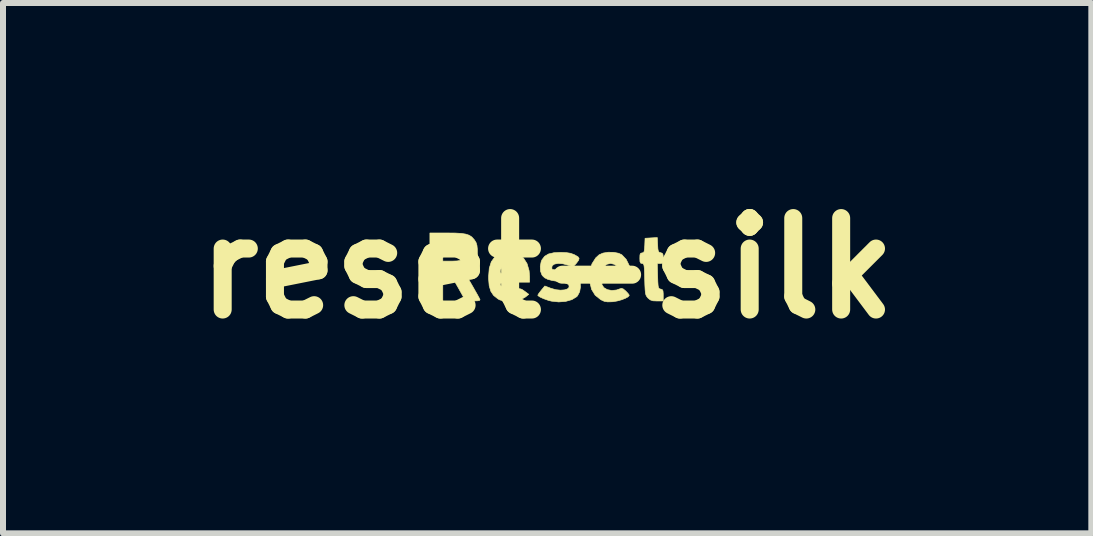
<source format=kicad_pcb>
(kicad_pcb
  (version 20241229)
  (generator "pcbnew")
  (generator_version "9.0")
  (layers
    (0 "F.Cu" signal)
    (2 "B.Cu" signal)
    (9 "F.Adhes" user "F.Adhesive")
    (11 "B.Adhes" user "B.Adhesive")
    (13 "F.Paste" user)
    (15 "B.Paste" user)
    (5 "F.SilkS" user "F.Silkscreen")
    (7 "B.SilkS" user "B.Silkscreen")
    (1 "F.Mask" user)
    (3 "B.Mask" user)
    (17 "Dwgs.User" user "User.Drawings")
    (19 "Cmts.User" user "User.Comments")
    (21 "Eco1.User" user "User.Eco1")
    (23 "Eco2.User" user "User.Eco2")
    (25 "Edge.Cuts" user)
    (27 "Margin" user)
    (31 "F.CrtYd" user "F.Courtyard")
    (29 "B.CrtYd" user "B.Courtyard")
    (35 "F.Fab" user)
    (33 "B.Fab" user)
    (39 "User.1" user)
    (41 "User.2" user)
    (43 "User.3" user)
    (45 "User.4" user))
  (footprint "reset-silk"
    (layer "F.Cu")
    (at 6.067 1.418)
    (property "Reference" "reset-silk" (at 0 0 0) (layer "F.SilkS") (effects (font (size 1.524 1.524) (thickness 0.3))))
    (attr through_hole)
    (fp_poly (pts (xy -1.535 -0.585) (xy -1.432 -0.579) (xy -1.355 -0.567) (xy -1.299 -0.548) (xy -1.255 -0.519) (xy -1.219 -0.479) (xy -1.209 -0.466) (xy -1.184 -0.425) (xy -1.17 -0.38) (xy -1.164 -0.32) (xy -1.163 -0.251) (xy -1.168 -0.148) (xy -1.188 -0.071) (xy -1.229 -0.012) (xy -1.294 0.043) (xy -1.304 0.05) (xy -1.364 0.091) (xy -1.246 0.295) (xy -1.2 0.376) (xy -1.16 0.446) (xy -1.132 0.498) (xy -1.119 0.523) (xy -1.125 0.537) (xy -1.159 0.544) (xy -1.227 0.547) (xy -1.234 0.547) (xy -1.358 0.547) (xy -1.484 0.322) (xy -1.536 0.231) (xy -1.573 0.169) (xy -1.601 0.129) (xy -1.624 0.108) (xy -1.647 0.099) (xy -1.674 0.098) (xy -1.739 0.098) (xy -1.739 0.547) (xy -1.954 0.547) (xy -1.954 -0.391) (xy -1.739 -0.391) (xy -1.739 -0.117) (xy -1.589 -0.117) (xy -1.501 -0.12) (xy -1.444 -0.129) (xy -1.408 -0.146) (xy -1.403 -0.15) (xy -1.374 -0.199) (xy -1.369 -0.263) (xy -1.387 -0.325) (xy -1.407 -0.352) (xy -1.435 -0.373) (xy -1.474 -0.385) (xy -1.535 -0.39) (xy -1.592 -0.391) (xy -1.739 -0.391) (xy -1.954 -0.391) (xy -1.954 -0.586) (xy -1.67 -0.586) (xy -1.535 -0.585)) (stroke (width 0.01) (type solid)) (fill yes) (layer "F.SilkS"))
    (fp_poly (pts (xy 1.841 -0.387) (xy 1.845 -0.319) (xy 1.853 -0.281) (xy 1.868 -0.263) (xy 1.89 -0.258) (xy 1.918 -0.248) (xy 1.931 -0.223) (xy 1.934 -0.172) (xy 1.934 -0.165) (xy 1.932 -0.111) (xy 1.922 -0.086) (xy 1.898 -0.078) (xy 1.885 -0.078) (xy 1.835 -0.078) (xy 1.841 0.132) (xy 1.844 0.225) (xy 1.848 0.285) (xy 1.854 0.321) (xy 1.865 0.339) (xy 1.881 0.347) (xy 1.89 0.348) (xy 1.917 0.357) (xy 1.93 0.379) (xy 1.934 0.426) (xy 1.934 0.451) (xy 1.934 0.547) (xy 1.83 0.547) (xy 1.763 0.544) (xy 1.718 0.529) (xy 1.682 0.5) (xy 1.679 0.497) (xy 1.66 0.474) (xy 1.646 0.448) (xy 1.637 0.413) (xy 1.632 0.36) (xy 1.628 0.282) (xy 1.625 0.184) (xy 1.622 0.078) (xy 1.619 0.005) (xy 1.614 -0.041) (xy 1.606 -0.066) (xy 1.595 -0.076) (xy 1.581 -0.078) (xy 1.558 -0.084) (xy 1.546 -0.11) (xy 1.544 -0.164) (xy 1.544 -0.166) (xy 1.546 -0.221) (xy 1.557 -0.247) (xy 1.58 -0.254) (xy 1.582 -0.254) (xy 1.603 -0.259) (xy 1.616 -0.279) (xy 1.622 -0.324) (xy 1.626 -0.376) (xy 1.631 -0.498) (xy 1.733 -0.504) (xy 1.835 -0.51) (xy 1.841 -0.387)) (stroke (width 0.01) (type solid)) (fill yes) (layer "F.SilkS"))
    (fp_poly (pts (xy -0.474 -0.232) (xy -0.394 -0.168) (xy -0.335 -0.075) (xy -0.301 0.042) (xy -0.293 0.142) (xy -0.293 0.234) (xy -0.537 0.234) (xy -0.649 0.236) (xy -0.724 0.24) (xy -0.768 0.25) (xy -0.783 0.266) (xy -0.772 0.291) (xy -0.74 0.325) (xy -0.736 0.329) (xy -0.675 0.362) (xy -0.594 0.371) (xy -0.507 0.355) (xy -0.497 0.351) (xy -0.458 0.342) (xy -0.422 0.353) (xy -0.376 0.384) (xy -0.307 0.436) (xy -0.361 0.48) (xy -0.461 0.537) (xy -0.574 0.564) (xy -0.69 0.56) (xy -0.797 0.526) (xy -0.823 0.51) (xy -0.893 0.454) (xy -0.939 0.385) (xy -0.966 0.295) (xy -0.976 0.177) (xy -0.976 0.141) (xy -0.969 0.052) (xy -0.782 0.052) (xy -0.779 0.075) (xy -0.767 0.089) (xy -0.736 0.095) (xy -0.68 0.098) (xy -0.635 0.098) (xy -0.56 0.097) (xy -0.517 0.093) (xy -0.496 0.084) (xy -0.489 0.066) (xy -0.488 0.049) (xy -0.506 -0.011) (xy -0.552 -0.056) (xy -0.616 -0.078) (xy -0.629 -0.078) (xy -0.693 -0.063) (xy -0.746 -0.025) (xy -0.778 0.027) (xy -0.782 0.052) (xy -0.969 0.052) (xy -0.965 0.002) (xy -0.931 -0.106) (xy -0.873 -0.186) (xy -0.79 -0.238) (xy -0.687 -0.266) (xy -0.573 -0.266) (xy -0.474 -0.232)) (stroke (width 0.01) (type solid)) (fill yes) (layer "F.SilkS"))
    (fp_poly (pts (xy 1.108 -0.264) (xy 1.191 -0.248) (xy 1.244 -0.223) (xy 1.317 -0.146) (xy 1.369 -0.041) (xy 1.398 0.087) (xy 1.4 0.106) (xy 1.412 0.234) (xy 1.157 0.234) (xy 1.054 0.235) (xy 0.983 0.236) (xy 0.94 0.24) (xy 0.917 0.246) (xy 0.91 0.257) (xy 0.913 0.273) (xy 0.913 0.274) (xy 0.944 0.324) (xy 1.002 0.358) (xy 1.076 0.372) (xy 1.156 0.364) (xy 1.201 0.348) (xy 1.237 0.337) (xy 1.267 0.346) (xy 1.307 0.379) (xy 1.309 0.381) (xy 1.346 0.42) (xy 1.366 0.448) (xy 1.368 0.453) (xy 1.35 0.476) (xy 1.304 0.502) (xy 1.24 0.527) (xy 1.167 0.547) (xy 1.096 0.559) (xy 1.085 0.56) (xy 1.008 0.562) (xy 0.952 0.553) (xy 0.898 0.528) (xy 0.89 0.523) (xy 0.8 0.451) (xy 0.74 0.354) (xy 0.711 0.233) (xy 0.71 0.087) (xy 0.711 0.077) (xy 0.908 0.077) (xy 0.909 0.079) (xy 0.933 0.088) (xy 0.985 0.095) (xy 1.054 0.098) (xy 1.057 0.098) (xy 1.133 0.096) (xy 1.179 0.088) (xy 1.201 0.074) (xy 1.205 0.067) (xy 1.202 0.031) (xy 1.18 -0.014) (xy 1.178 -0.016) (xy 1.123 -0.063) (xy 1.057 -0.079) (xy 0.992 -0.064) (xy 0.94 -0.019) (xy 0.928 0.001) (xy 0.91 0.046) (xy 0.908 0.077) (xy 0.711 0.077) (xy 0.714 0.05) (xy 0.746 -0.072) (xy 0.809 -0.171) (xy 0.866 -0.223) (xy 0.93 -0.251) (xy 1.016 -0.265) (xy 1.108 -0.264)) (stroke (width 0.01) (type solid)) (fill yes) (layer "F.SilkS"))
    (fp_poly (pts (xy 0.319 -0.259) (xy 0.388 -0.248) (xy 0.447 -0.227) (xy 0.464 -0.218) (xy 0.513 -0.19) (xy 0.532 -0.164) (xy 0.524 -0.132) (xy 0.488 -0.083) (xy 0.471 -0.064) (xy 0.445 -0.038) (xy 0.42 -0.03) (xy 0.381 -0.039) (xy 0.351 -0.049) (xy 0.262 -0.073) (xy 0.183 -0.079) (xy 0.122 -0.068) (xy 0.085 -0.042) (xy 0.078 -0.017) (xy 0.08 0.014) (xy 0.083 0.02) (xy 0.103 0.024) (xy 0.153 0.031) (xy 0.223 0.042) (xy 0.259 0.048) (xy 0.343 0.063) (xy 0.416 0.082) (xy 0.468 0.1) (xy 0.478 0.105) (xy 0.524 0.157) (xy 0.55 0.23) (xy 0.555 0.313) (xy 0.541 0.394) (xy 0.505 0.462) (xy 0.49 0.477) (xy 0.411 0.525) (xy 0.308 0.554) (xy 0.192 0.563) (xy 0.073 0.55) (xy 0.02 0.537) (xy -0.059 0.509) (xy -0.118 0.482) (xy -0.152 0.459) (xy -0.156 0.451) (xy -0.145 0.43) (xy -0.116 0.391) (xy -0.098 0.368) (xy -0.039 0.297) (xy 0.063 0.336) (xy 0.144 0.359) (xy 0.222 0.367) (xy 0.289 0.362) (xy 0.339 0.346) (xy 0.366 0.318) (xy 0.361 0.282) (xy 0.359 0.278) (xy 0.329 0.256) (xy 0.268 0.237) (xy 0.182 0.222) (xy 0.08 0.205) (xy 0.009 0.186) (xy -0.041 0.161) (xy -0.077 0.127) (xy -0.087 0.113) (xy -0.111 0.05) (xy -0.115 -0.029) (xy -0.1 -0.108) (xy -0.088 -0.137) (xy -0.043 -0.197) (xy 0.022 -0.236) (xy 0.112 -0.257) (xy 0.225 -0.263) (xy 0.319 -0.259)) (stroke (width 0.01) (type solid)) (fill yes) (layer "F.SilkS")))
  (gr_rect
    (start -3 -3)
    (end 15.134 5.836)
    (stroke (width 0.1) (type default))
    (fill no)
    (layer "Edge.Cuts")))
</source>
